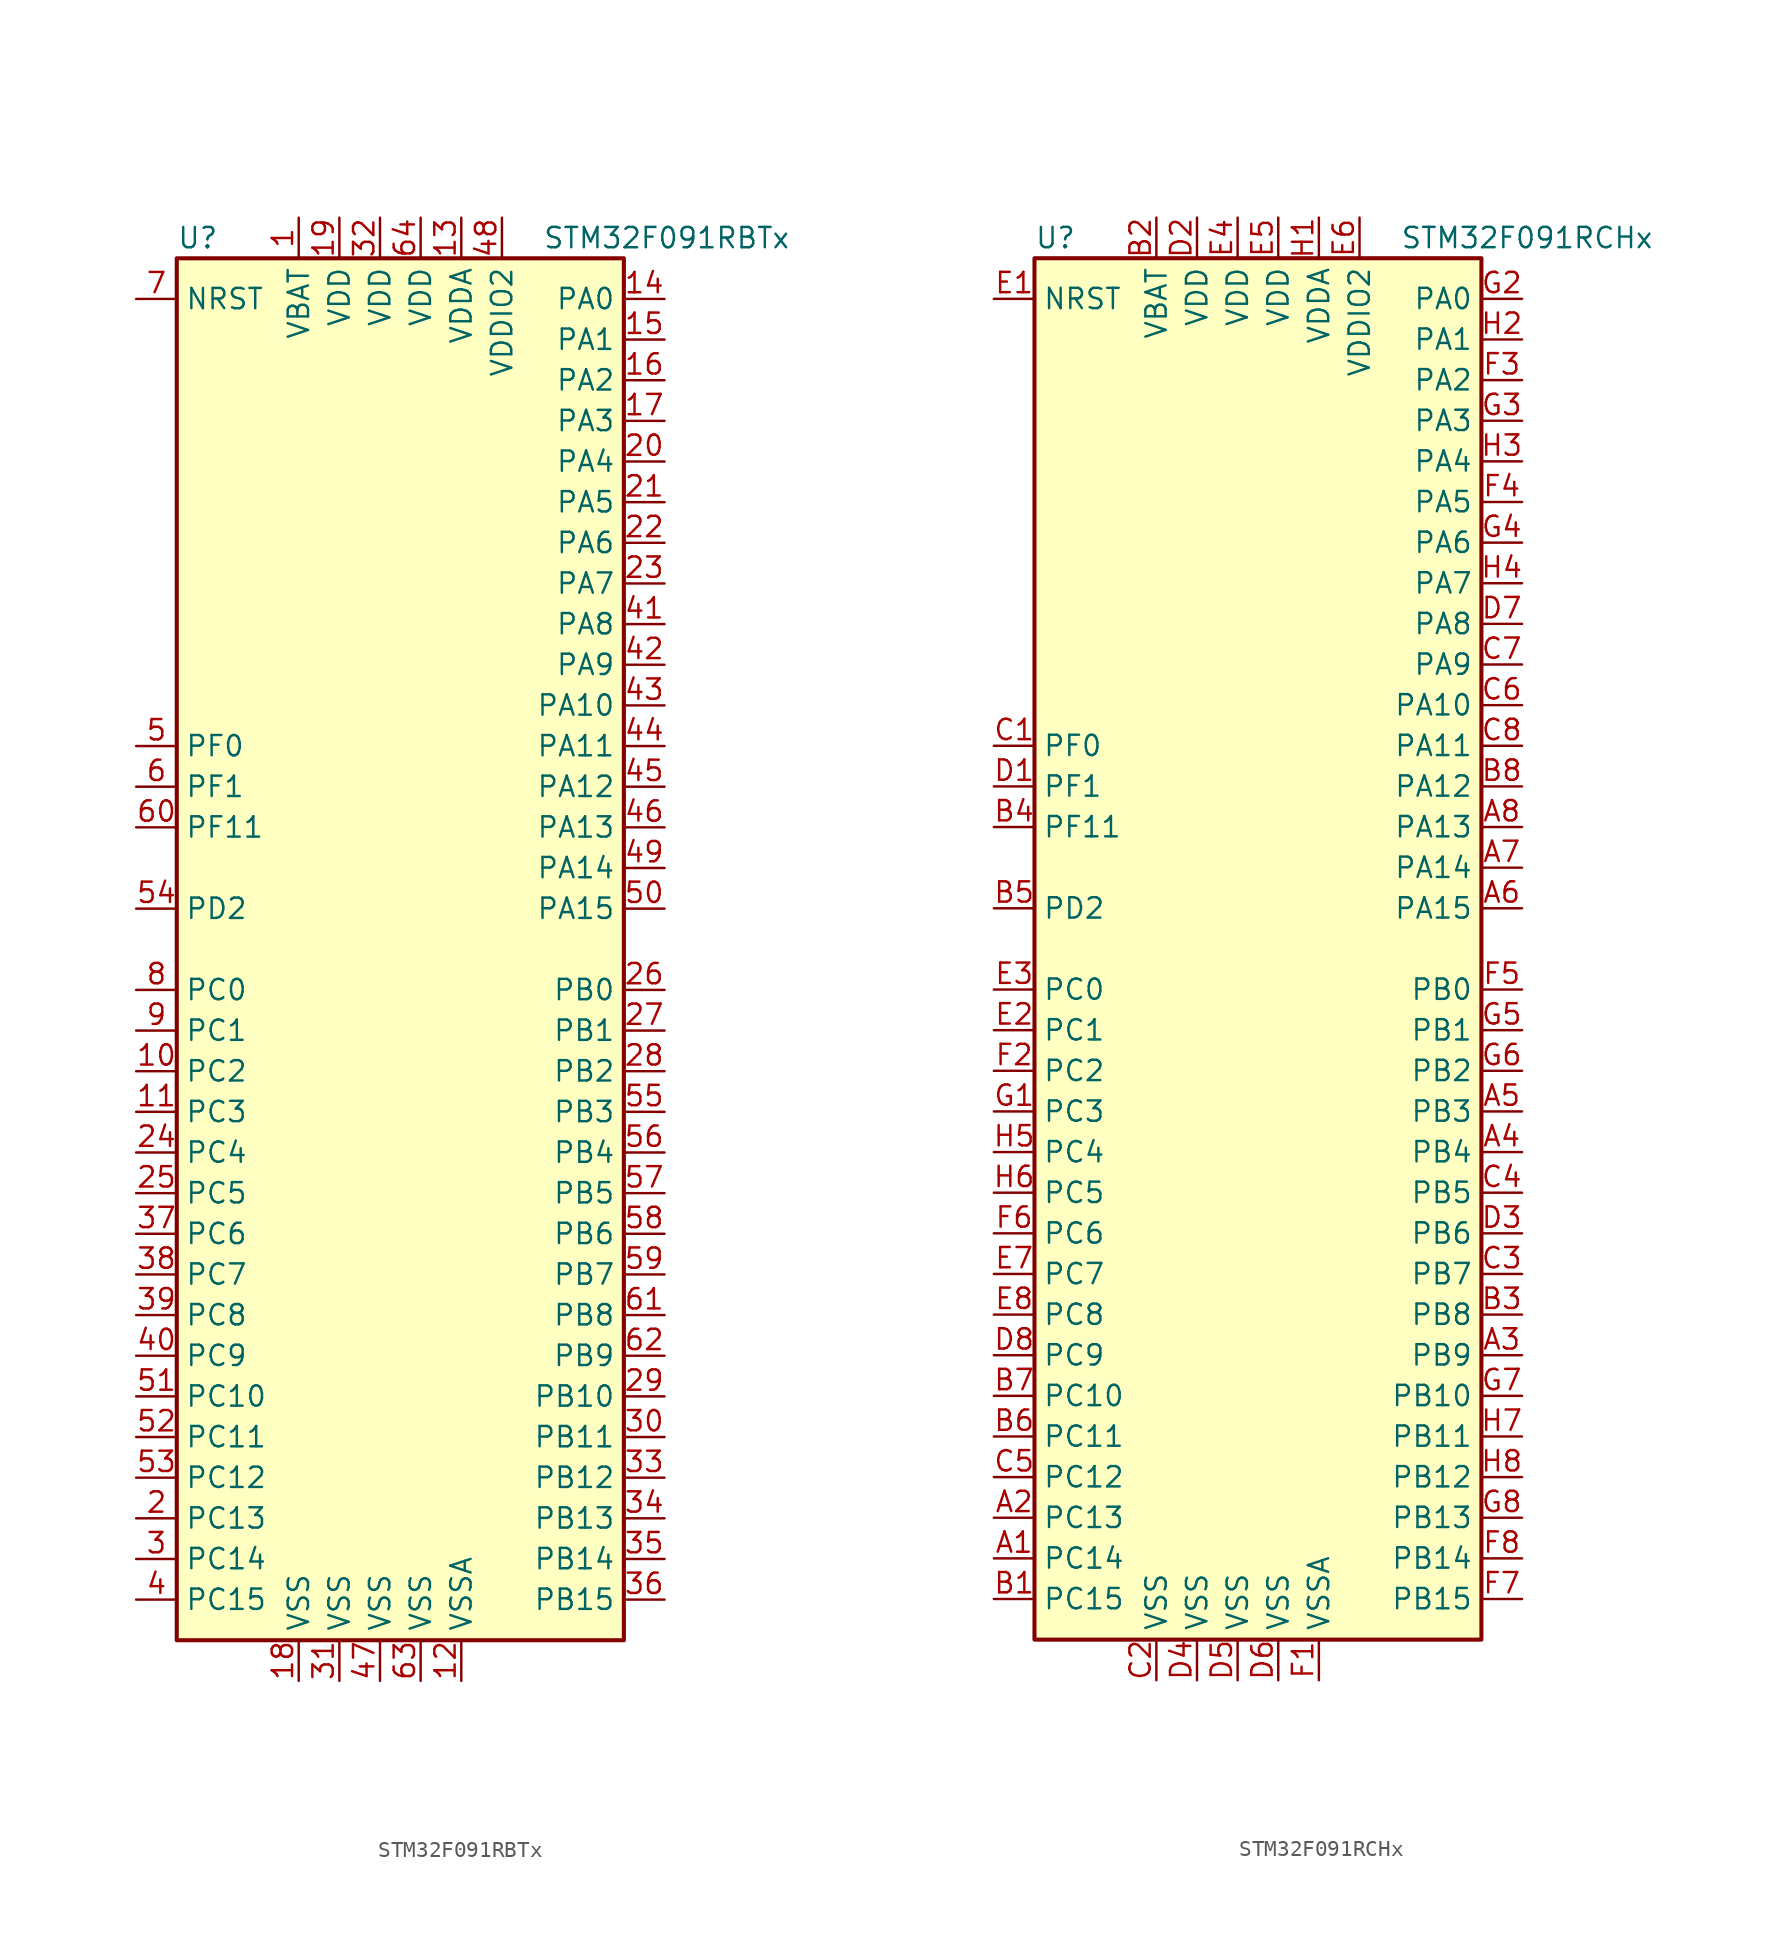
<source format=kicad_sym>
(kicad_symbol_lib
  (version 20211014)
  (generator kicad_symbol_editor)
  (symbol "STM32F091RBTx"
    (property "Reference" "U"
      (at -15.24 44.45 0)
      (effects (font (size 1.27 1.27)) (justify left)))
    (property "Value" "STM32F091RBTx"
      (at 7.62 44.45 0)
      (effects (font (size 1.27 1.27)) (justify left)))
    (symbol "STM32F091RBTx_0_1"
      (rectangle (start -15.24 -43.18) (end 12.7 43.18) (stroke (width 0.254) (type default) (color 0 0 0 0)) (fill (type background))))
    (symbol "STM32F091RBTx_1_1"
      (pin power_in line (at -7.62 45.72 270) (length 2.54) (name "VBAT" (effects (font (size 1.27 1.27)))) (number "1" (effects (font (size 1.27 1.27)))))
      (pin bidirectional line (at -17.78 -7.62 0) (length 2.54) (name "PC2" (effects (font (size 1.27 1.27)))) (number "10" (effects (font (size 1.27 1.27)))))
      (pin bidirectional line (at -17.78 -10.16 0) (length 2.54) (name "PC3" (effects (font (size 1.27 1.27)))) (number "11" (effects (font (size 1.27 1.27)))))
      (pin power_in line (at 2.54 -45.72 90) (length 2.54) (name "VSSA" (effects (font (size 1.27 1.27)))) (number "12" (effects (font (size 1.27 1.27)))))
      (pin power_in line (at 2.54 45.72 270) (length 2.54) (name "VDDA" (effects (font (size 1.27 1.27)))) (number "13" (effects (font (size 1.27 1.27)))))
      (pin bidirectional line (at 15.24 40.64 180) (length 2.54) (name "PA0" (effects (font (size 1.27 1.27)))) (number "14" (effects (font (size 1.27 1.27)))))
      (pin bidirectional line (at 15.24 38.1 180) (length 2.54) (name "PA1" (effects (font (size 1.27 1.27)))) (number "15" (effects (font (size 1.27 1.27)))))
      (pin bidirectional line (at 15.24 35.56 180) (length 2.54) (name "PA2" (effects (font (size 1.27 1.27)))) (number "16" (effects (font (size 1.27 1.27)))))
      (pin bidirectional line (at 15.24 33.02 180) (length 2.54) (name "PA3" (effects (font (size 1.27 1.27)))) (number "17" (effects (font (size 1.27 1.27)))))
      (pin power_in line (at -7.62 -45.72 90) (length 2.54) (name "VSS" (effects (font (size 1.27 1.27)))) (number "18" (effects (font (size 1.27 1.27)))))
      (pin power_in line (at -5.08 45.72 270) (length 2.54) (name "VDD" (effects (font (size 1.27 1.27)))) (number "19" (effects (font (size 1.27 1.27)))))
      (pin bidirectional line (at -17.78 -35.56 0) (length 2.54) (name "PC13" (effects (font (size 1.27 1.27)))) (number "2" (effects (font (size 1.27 1.27)))))
      (pin bidirectional line (at 15.24 30.48 180) (length 2.54) (name "PA4" (effects (font (size 1.27 1.27)))) (number "20" (effects (font (size 1.27 1.27)))))
      (pin bidirectional line (at 15.24 27.94 180) (length 2.54) (name "PA5" (effects (font (size 1.27 1.27)))) (number "21" (effects (font (size 1.27 1.27)))))
      (pin bidirectional line (at 15.24 25.4 180) (length 2.54) (name "PA6" (effects (font (size 1.27 1.27)))) (number "22" (effects (font (size 1.27 1.27)))))
      (pin bidirectional line (at 15.24 22.86 180) (length 2.54) (name "PA7" (effects (font (size 1.27 1.27)))) (number "23" (effects (font (size 1.27 1.27)))))
      (pin bidirectional line (at -17.78 -12.7 0) (length 2.54) (name "PC4" (effects (font (size 1.27 1.27)))) (number "24" (effects (font (size 1.27 1.27)))))
      (pin bidirectional line (at -17.78 -15.24 0) (length 2.54) (name "PC5" (effects (font (size 1.27 1.27)))) (number "25" (effects (font (size 1.27 1.27)))))
      (pin bidirectional line (at 15.24 -2.54 180) (length 2.54) (name "PB0" (effects (font (size 1.27 1.27)))) (number "26" (effects (font (size 1.27 1.27)))))
      (pin bidirectional line (at 15.24 -5.08 180) (length 2.54) (name "PB1" (effects (font (size 1.27 1.27)))) (number "27" (effects (font (size 1.27 1.27)))))
      (pin bidirectional line (at 15.24 -7.62 180) (length 2.54) (name "PB2" (effects (font (size 1.27 1.27)))) (number "28" (effects (font (size 1.27 1.27)))))
      (pin bidirectional line (at 15.24 -27.94 180) (length 2.54) (name "PB10" (effects (font (size 1.27 1.27)))) (number "29" (effects (font (size 1.27 1.27)))))
      (pin bidirectional line (at -17.78 -38.1 0) (length 2.54) (name "PC14" (effects (font (size 1.27 1.27)))) (number "3" (effects (font (size 1.27 1.27)))))
      (pin bidirectional line (at 15.24 -30.48 180) (length 2.54) (name "PB11" (effects (font (size 1.27 1.27)))) (number "30" (effects (font (size 1.27 1.27)))))
      (pin power_in line (at -5.08 -45.72 90) (length 2.54) (name "VSS" (effects (font (size 1.27 1.27)))) (number "31" (effects (font (size 1.27 1.27)))))
      (pin power_in line (at -2.54 45.72 270) (length 2.54) (name "VDD" (effects (font (size 1.27 1.27)))) (number "32" (effects (font (size 1.27 1.27)))))
      (pin bidirectional line (at 15.24 -33.02 180) (length 2.54) (name "PB12" (effects (font (size 1.27 1.27)))) (number "33" (effects (font (size 1.27 1.27)))))
      (pin bidirectional line (at 15.24 -35.56 180) (length 2.54) (name "PB13" (effects (font (size 1.27 1.27)))) (number "34" (effects (font (size 1.27 1.27)))))
      (pin bidirectional line (at 15.24 -38.1 180) (length 2.54) (name "PB14" (effects (font (size 1.27 1.27)))) (number "35" (effects (font (size 1.27 1.27)))))
      (pin bidirectional line (at 15.24 -40.64 180) (length 2.54) (name "PB15" (effects (font (size 1.27 1.27)))) (number "36" (effects (font (size 1.27 1.27)))))
      (pin bidirectional line (at -17.78 -17.78 0) (length 2.54) (name "PC6" (effects (font (size 1.27 1.27)))) (number "37" (effects (font (size 1.27 1.27)))))
      (pin bidirectional line (at -17.78 -20.32 0) (length 2.54) (name "PC7" (effects (font (size 1.27 1.27)))) (number "38" (effects (font (size 1.27 1.27)))))
      (pin bidirectional line (at -17.78 -22.86 0) (length 2.54) (name "PC8" (effects (font (size 1.27 1.27)))) (number "39" (effects (font (size 1.27 1.27)))))
      (pin bidirectional line (at -17.78 -40.64 0) (length 2.54) (name "PC15" (effects (font (size 1.27 1.27)))) (number "4" (effects (font (size 1.27 1.27)))))
      (pin bidirectional line (at -17.78 -25.4 0) (length 2.54) (name "PC9" (effects (font (size 1.27 1.27)))) (number "40" (effects (font (size 1.27 1.27)))))
      (pin bidirectional line (at 15.24 20.32 180) (length 2.54) (name "PA8" (effects (font (size 1.27 1.27)))) (number "41" (effects (font (size 1.27 1.27)))))
      (pin bidirectional line (at 15.24 17.78 180) (length 2.54) (name "PA9" (effects (font (size 1.27 1.27)))) (number "42" (effects (font (size 1.27 1.27)))))
      (pin bidirectional line (at 15.24 15.24 180) (length 2.54) (name "PA10" (effects (font (size 1.27 1.27)))) (number "43" (effects (font (size 1.27 1.27)))))
      (pin bidirectional line (at 15.24 12.7 180) (length 2.54) (name "PA11" (effects (font (size 1.27 1.27)))) (number "44" (effects (font (size 1.27 1.27)))))
      (pin bidirectional line (at 15.24 10.16 180) (length 2.54) (name "PA12" (effects (font (size 1.27 1.27)))) (number "45" (effects (font (size 1.27 1.27)))))
      (pin bidirectional line (at 15.24 7.62 180) (length 2.54) (name "PA13" (effects (font (size 1.27 1.27)))) (number "46" (effects (font (size 1.27 1.27)))))
      (pin power_in line (at -2.54 -45.72 90) (length 2.54) (name "VSS" (effects (font (size 1.27 1.27)))) (number "47" (effects (font (size 1.27 1.27)))))
      (pin power_in line (at 5.08 45.72 270) (length 2.54) (name "VDDIO2" (effects (font (size 1.27 1.27)))) (number "48" (effects (font (size 1.27 1.27)))))
      (pin bidirectional line (at 15.24 5.08 180) (length 2.54) (name "PA14" (effects (font (size 1.27 1.27)))) (number "49" (effects (font (size 1.27 1.27)))))
      (pin input line (at -17.78 12.7 0) (length 2.54) (name "PF0" (effects (font (size 1.27 1.27)))) (number "5" (effects (font (size 1.27 1.27)))))
      (pin bidirectional line (at 15.24 2.54 180) (length 2.54) (name "PA15" (effects (font (size 1.27 1.27)))) (number "50" (effects (font (size 1.27 1.27)))))
      (pin bidirectional line (at -17.78 -27.94 0) (length 2.54) (name "PC10" (effects (font (size 1.27 1.27)))) (number "51" (effects (font (size 1.27 1.27)))))
      (pin bidirectional line (at -17.78 -30.48 0) (length 2.54) (name "PC11" (effects (font (size 1.27 1.27)))) (number "52" (effects (font (size 1.27 1.27)))))
      (pin bidirectional line (at -17.78 -33.02 0) (length 2.54) (name "PC12" (effects (font (size 1.27 1.27)))) (number "53" (effects (font (size 1.27 1.27)))))
      (pin bidirectional line (at -17.78 2.54 0) (length 2.54) (name "PD2" (effects (font (size 1.27 1.27)))) (number "54" (effects (font (size 1.27 1.27)))))
      (pin bidirectional line (at 15.24 -10.16 180) (length 2.54) (name "PB3" (effects (font (size 1.27 1.27)))) (number "55" (effects (font (size 1.27 1.27)))))
      (pin bidirectional line (at 15.24 -12.7 180) (length 2.54) (name "PB4" (effects (font (size 1.27 1.27)))) (number "56" (effects (font (size 1.27 1.27)))))
      (pin bidirectional line (at 15.24 -15.24 180) (length 2.54) (name "PB5" (effects (font (size 1.27 1.27)))) (number "57" (effects (font (size 1.27 1.27)))))
      (pin bidirectional line (at 15.24 -17.78 180) (length 2.54) (name "PB6" (effects (font (size 1.27 1.27)))) (number "58" (effects (font (size 1.27 1.27)))))
      (pin bidirectional line (at 15.24 -20.32 180) (length 2.54) (name "PB7" (effects (font (size 1.27 1.27)))) (number "59" (effects (font (size 1.27 1.27)))))
      (pin input line (at -17.78 10.16 0) (length 2.54) (name "PF1" (effects (font (size 1.27 1.27)))) (number "6" (effects (font (size 1.27 1.27)))))
      (pin bidirectional line (at -17.78 7.62 0) (length 2.54) (name "PF11" (effects (font (size 1.27 1.27)))) (number "60" (effects (font (size 1.27 1.27)))))
      (pin bidirectional line (at 15.24 -22.86 180) (length 2.54) (name "PB8" (effects (font (size 1.27 1.27)))) (number "61" (effects (font (size 1.27 1.27)))))
      (pin bidirectional line (at 15.24 -25.4 180) (length 2.54) (name "PB9" (effects (font (size 1.27 1.27)))) (number "62" (effects (font (size 1.27 1.27)))))
      (pin power_in line (at 0 -45.72 90) (length 2.54) (name "VSS" (effects (font (size 1.27 1.27)))) (number "63" (effects (font (size 1.27 1.27)))))
      (pin power_in line (at 0 45.72 270) (length 2.54) (name "VDD" (effects (font (size 1.27 1.27)))) (number "64" (effects (font (size 1.27 1.27)))))
      (pin input line (at -17.78 40.64 0) (length 2.54) (name "NRST" (effects (font (size 1.27 1.27)))) (number "7" (effects (font (size 1.27 1.27)))))
      (pin bidirectional line (at -17.78 -2.54 0) (length 2.54) (name "PC0" (effects (font (size 1.27 1.27)))) (number "8" (effects (font (size 1.27 1.27)))))
      (pin bidirectional line (at -17.78 -5.08 0) (length 2.54) (name "PC1" (effects (font (size 1.27 1.27)))) (number "9" (effects (font (size 1.27 1.27)))))))
  (symbol "STM32F091RCHx"
    (property "Reference" "U"
      (at -15.24 44.45 0)
      (effects (font (size 1.27 1.27)) (justify left)))
    (property "Value" "STM32F091RCHx"
      (at 7.62 44.45 0)
      (effects (font (size 1.27 1.27)) (justify left)))
    (symbol "STM32F091RCHx_0_1"
      (rectangle (start -15.24 -43.18) (end 12.7 43.18) (stroke (width 0.254) (type default) (color 0 0 0 0)) (fill (type background))))
    (symbol "STM32F091RCHx_1_1"
      (pin bidirectional line (at -17.78 -38.1 0) (length 2.54) (name "PC14" (effects (font (size 1.27 1.27)))) (number "A1" (effects (font (size 1.27 1.27)))))
      (pin bidirectional line (at -17.78 -35.56 0) (length 2.54) (name "PC13" (effects (font (size 1.27 1.27)))) (number "A2" (effects (font (size 1.27 1.27)))))
      (pin bidirectional line (at 15.24 -25.4 180) (length 2.54) (name "PB9" (effects (font (size 1.27 1.27)))) (number "A3" (effects (font (size 1.27 1.27)))))
      (pin bidirectional line (at 15.24 -12.7 180) (length 2.54) (name "PB4" (effects (font (size 1.27 1.27)))) (number "A4" (effects (font (size 1.27 1.27)))))
      (pin bidirectional line (at 15.24 -10.16 180) (length 2.54) (name "PB3" (effects (font (size 1.27 1.27)))) (number "A5" (effects (font (size 1.27 1.27)))))
      (pin bidirectional line (at 15.24 2.54 180) (length 2.54) (name "PA15" (effects (font (size 1.27 1.27)))) (number "A6" (effects (font (size 1.27 1.27)))))
      (pin bidirectional line (at 15.24 5.08 180) (length 2.54) (name "PA14" (effects (font (size 1.27 1.27)))) (number "A7" (effects (font (size 1.27 1.27)))))
      (pin bidirectional line (at 15.24 7.62 180) (length 2.54) (name "PA13" (effects (font (size 1.27 1.27)))) (number "A8" (effects (font (size 1.27 1.27)))))
      (pin bidirectional line (at -17.78 -40.64 0) (length 2.54) (name "PC15" (effects (font (size 1.27 1.27)))) (number "B1" (effects (font (size 1.27 1.27)))))
      (pin power_in line (at -7.62 45.72 270) (length 2.54) (name "VBAT" (effects (font (size 1.27 1.27)))) (number "B2" (effects (font (size 1.27 1.27)))))
      (pin bidirectional line (at 15.24 -22.86 180) (length 2.54) (name "PB8" (effects (font (size 1.27 1.27)))) (number "B3" (effects (font (size 1.27 1.27)))))
      (pin bidirectional line (at -17.78 7.62 0) (length 2.54) (name "PF11" (effects (font (size 1.27 1.27)))) (number "B4" (effects (font (size 1.27 1.27)))))
      (pin bidirectional line (at -17.78 2.54 0) (length 2.54) (name "PD2" (effects (font (size 1.27 1.27)))) (number "B5" (effects (font (size 1.27 1.27)))))
      (pin bidirectional line (at -17.78 -30.48 0) (length 2.54) (name "PC11" (effects (font (size 1.27 1.27)))) (number "B6" (effects (font (size 1.27 1.27)))))
      (pin bidirectional line (at -17.78 -27.94 0) (length 2.54) (name "PC10" (effects (font (size 1.27 1.27)))) (number "B7" (effects (font (size 1.27 1.27)))))
      (pin bidirectional line (at 15.24 10.16 180) (length 2.54) (name "PA12" (effects (font (size 1.27 1.27)))) (number "B8" (effects (font (size 1.27 1.27)))))
      (pin input line (at -17.78 12.7 0) (length 2.54) (name "PF0" (effects (font (size 1.27 1.27)))) (number "C1" (effects (font (size 1.27 1.27)))))
      (pin power_in line (at -7.62 -45.72 90) (length 2.54) (name "VSS" (effects (font (size 1.27 1.27)))) (number "C2" (effects (font (size 1.27 1.27)))))
      (pin bidirectional line (at 15.24 -20.32 180) (length 2.54) (name "PB7" (effects (font (size 1.27 1.27)))) (number "C3" (effects (font (size 1.27 1.27)))))
      (pin bidirectional line (at 15.24 -15.24 180) (length 2.54) (name "PB5" (effects (font (size 1.27 1.27)))) (number "C4" (effects (font (size 1.27 1.27)))))
      (pin bidirectional line (at -17.78 -33.02 0) (length 2.54) (name "PC12" (effects (font (size 1.27 1.27)))) (number "C5" (effects (font (size 1.27 1.27)))))
      (pin bidirectional line (at 15.24 15.24 180) (length 2.54) (name "PA10" (effects (font (size 1.27 1.27)))) (number "C6" (effects (font (size 1.27 1.27)))))
      (pin bidirectional line (at 15.24 17.78 180) (length 2.54) (name "PA9" (effects (font (size 1.27 1.27)))) (number "C7" (effects (font (size 1.27 1.27)))))
      (pin bidirectional line (at 15.24 12.7 180) (length 2.54) (name "PA11" (effects (font (size 1.27 1.27)))) (number "C8" (effects (font (size 1.27 1.27)))))
      (pin input line (at -17.78 10.16 0) (length 2.54) (name "PF1" (effects (font (size 1.27 1.27)))) (number "D1" (effects (font (size 1.27 1.27)))))
      (pin power_in line (at -5.08 45.72 270) (length 2.54) (name "VDD" (effects (font (size 1.27 1.27)))) (number "D2" (effects (font (size 1.27 1.27)))))
      (pin bidirectional line (at 15.24 -17.78 180) (length 2.54) (name "PB6" (effects (font (size 1.27 1.27)))) (number "D3" (effects (font (size 1.27 1.27)))))
      (pin power_in line (at -5.08 -45.72 90) (length 2.54) (name "VSS" (effects (font (size 1.27 1.27)))) (number "D4" (effects (font (size 1.27 1.27)))))
      (pin power_in line (at -2.54 -45.72 90) (length 2.54) (name "VSS" (effects (font (size 1.27 1.27)))) (number "D5" (effects (font (size 1.27 1.27)))))
      (pin power_in line (at 0 -45.72 90) (length 2.54) (name "VSS" (effects (font (size 1.27 1.27)))) (number "D6" (effects (font (size 1.27 1.27)))))
      (pin bidirectional line (at 15.24 20.32 180) (length 2.54) (name "PA8" (effects (font (size 1.27 1.27)))) (number "D7" (effects (font (size 1.27 1.27)))))
      (pin bidirectional line (at -17.78 -25.4 0) (length 2.54) (name "PC9" (effects (font (size 1.27 1.27)))) (number "D8" (effects (font (size 1.27 1.27)))))
      (pin input line (at -17.78 40.64 0) (length 2.54) (name "NRST" (effects (font (size 1.27 1.27)))) (number "E1" (effects (font (size 1.27 1.27)))))
      (pin bidirectional line (at -17.78 -5.08 0) (length 2.54) (name "PC1" (effects (font (size 1.27 1.27)))) (number "E2" (effects (font (size 1.27 1.27)))))
      (pin bidirectional line (at -17.78 -2.54 0) (length 2.54) (name "PC0" (effects (font (size 1.27 1.27)))) (number "E3" (effects (font (size 1.27 1.27)))))
      (pin power_in line (at -2.54 45.72 270) (length 2.54) (name "VDD" (effects (font (size 1.27 1.27)))) (number "E4" (effects (font (size 1.27 1.27)))))
      (pin power_in line (at 0 45.72 270) (length 2.54) (name "VDD" (effects (font (size 1.27 1.27)))) (number "E5" (effects (font (size 1.27 1.27)))))
      (pin power_in line (at 5.08 45.72 270) (length 2.54) (name "VDDIO2" (effects (font (size 1.27 1.27)))) (number "E6" (effects (font (size 1.27 1.27)))))
      (pin bidirectional line (at -17.78 -20.32 0) (length 2.54) (name "PC7" (effects (font (size 1.27 1.27)))) (number "E7" (effects (font (size 1.27 1.27)))))
      (pin bidirectional line (at -17.78 -22.86 0) (length 2.54) (name "PC8" (effects (font (size 1.27 1.27)))) (number "E8" (effects (font (size 1.27 1.27)))))
      (pin power_in line (at 2.54 -45.72 90) (length 2.54) (name "VSSA" (effects (font (size 1.27 1.27)))) (number "F1" (effects (font (size 1.27 1.27)))))
      (pin bidirectional line (at -17.78 -7.62 0) (length 2.54) (name "PC2" (effects (font (size 1.27 1.27)))) (number "F2" (effects (font (size 1.27 1.27)))))
      (pin bidirectional line (at 15.24 35.56 180) (length 2.54) (name "PA2" (effects (font (size 1.27 1.27)))) (number "F3" (effects (font (size 1.27 1.27)))))
      (pin bidirectional line (at 15.24 27.94 180) (length 2.54) (name "PA5" (effects (font (size 1.27 1.27)))) (number "F4" (effects (font (size 1.27 1.27)))))
      (pin bidirectional line (at 15.24 -2.54 180) (length 2.54) (name "PB0" (effects (font (size 1.27 1.27)))) (number "F5" (effects (font (size 1.27 1.27)))))
      (pin bidirectional line (at -17.78 -17.78 0) (length 2.54) (name "PC6" (effects (font (size 1.27 1.27)))) (number "F6" (effects (font (size 1.27 1.27)))))
      (pin bidirectional line (at 15.24 -40.64 180) (length 2.54) (name "PB15" (effects (font (size 1.27 1.27)))) (number "F7" (effects (font (size 1.27 1.27)))))
      (pin bidirectional line (at 15.24 -38.1 180) (length 2.54) (name "PB14" (effects (font (size 1.27 1.27)))) (number "F8" (effects (font (size 1.27 1.27)))))
      (pin bidirectional line (at -17.78 -10.16 0) (length 2.54) (name "PC3" (effects (font (size 1.27 1.27)))) (number "G1" (effects (font (size 1.27 1.27)))))
      (pin bidirectional line (at 15.24 40.64 180) (length 2.54) (name "PA0" (effects (font (size 1.27 1.27)))) (number "G2" (effects (font (size 1.27 1.27)))))
      (pin bidirectional line (at 15.24 33.02 180) (length 2.54) (name "PA3" (effects (font (size 1.27 1.27)))) (number "G3" (effects (font (size 1.27 1.27)))))
      (pin bidirectional line (at 15.24 25.4 180) (length 2.54) (name "PA6" (effects (font (size 1.27 1.27)))) (number "G4" (effects (font (size 1.27 1.27)))))
      (pin bidirectional line (at 15.24 -5.08 180) (length 2.54) (name "PB1" (effects (font (size 1.27 1.27)))) (number "G5" (effects (font (size 1.27 1.27)))))
      (pin bidirectional line (at 15.24 -7.62 180) (length 2.54) (name "PB2" (effects (font (size 1.27 1.27)))) (number "G6" (effects (font (size 1.27 1.27)))))
      (pin bidirectional line (at 15.24 -27.94 180) (length 2.54) (name "PB10" (effects (font (size 1.27 1.27)))) (number "G7" (effects (font (size 1.27 1.27)))))
      (pin bidirectional line (at 15.24 -35.56 180) (length 2.54) (name "PB13" (effects (font (size 1.27 1.27)))) (number "G8" (effects (font (size 1.27 1.27)))))
      (pin power_in line (at 2.54 45.72 270) (length 2.54) (name "VDDA" (effects (font (size 1.27 1.27)))) (number "H1" (effects (font (size 1.27 1.27)))))
      (pin bidirectional line (at 15.24 38.1 180) (length 2.54) (name "PA1" (effects (font (size 1.27 1.27)))) (number "H2" (effects (font (size 1.27 1.27)))))
      (pin bidirectional line (at 15.24 30.48 180) (length 2.54) (name "PA4" (effects (font (size 1.27 1.27)))) (number "H3" (effects (font (size 1.27 1.27)))))
      (pin bidirectional line (at 15.24 22.86 180) (length 2.54) (name "PA7" (effects (font (size 1.27 1.27)))) (number "H4" (effects (font (size 1.27 1.27)))))
      (pin bidirectional line (at -17.78 -12.7 0) (length 2.54) (name "PC4" (effects (font (size 1.27 1.27)))) (number "H5" (effects (font (size 1.27 1.27)))))
      (pin bidirectional line (at -17.78 -15.24 0) (length 2.54) (name "PC5" (effects (font (size 1.27 1.27)))) (number "H6" (effects (font (size 1.27 1.27)))))
      (pin bidirectional line (at 15.24 -30.48 180) (length 2.54) (name "PB11" (effects (font (size 1.27 1.27)))) (number "H7" (effects (font (size 1.27 1.27)))))
      (pin bidirectional line (at 15.24 -33.02 180) (length 2.54) (name "PB12" (effects (font (size 1.27 1.27)))) (number "H8" (effects (font (size 1.27 1.27))))))))
</source>
